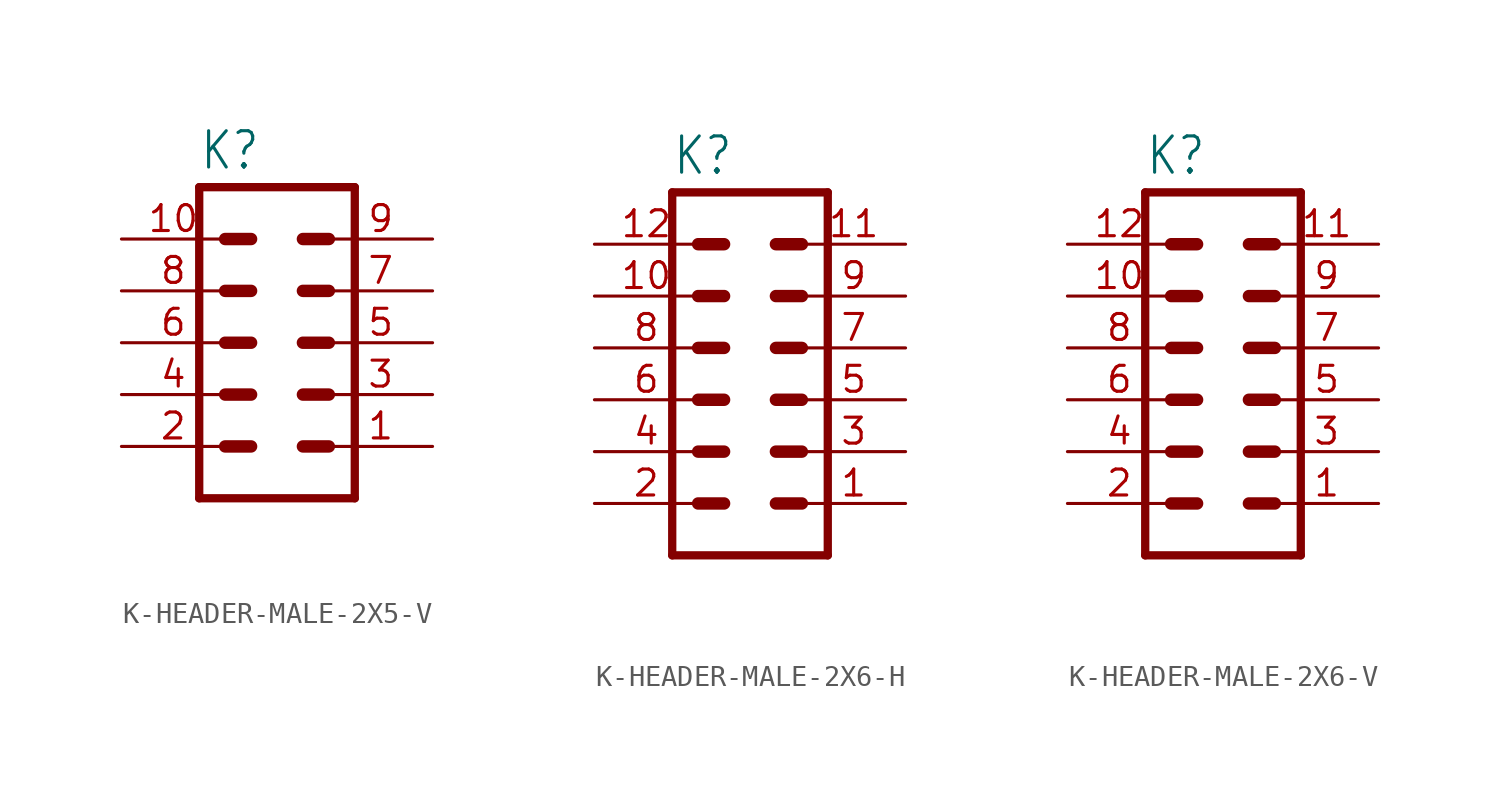
<source format=kicad_sym>
(kicad_symbol_lib
  (version 20231120)
  (generator "kicad_symbol_editor")
  (generator_version "8.0")
  (symbol "K-HEADER-MALE-2X5-V"
    (property "Reference" "K"
      (at -3.81 8.382 0)
      (effects (font (size 1.778 1.511)) (justify left bottom)))
    (property "Value" ""
      (at -3.81 -10.16 0)
      (effects (font (size 1.778 1.511)) (justify left bottom)))
    (property "ki_locked" ""
      (at 0 0 0)
      (effects (font (size 1.27 1.27))))
    (symbol "K-HEADER-MALE-2X5-V_1_0"
      (polyline (pts (xy -3.81 7.62) (xy -3.81 -7.62)) (stroke (width 0.406) (type solid)) (fill (type none)))
      (polyline (pts (xy -3.81 7.62) (xy 3.81 7.62)) (stroke (width 0.406) (type solid)) (fill (type none)))
      (polyline (pts (xy -2.54 -5.08) (xy -1.27 -5.08)) (stroke (width 0.61) (type solid)) (fill (type none)))
      (polyline (pts (xy -2.54 -2.54) (xy -1.27 -2.54)) (stroke (width 0.61) (type solid)) (fill (type none)))
      (polyline (pts (xy -2.54 0) (xy -1.27 0)) (stroke (width 0.61) (type solid)) (fill (type none)))
      (polyline (pts (xy -2.54 2.54) (xy -1.27 2.54)) (stroke (width 0.61) (type solid)) (fill (type none)))
      (polyline (pts (xy -2.54 5.08) (xy -1.27 5.08)) (stroke (width 0.61) (type solid)) (fill (type none)))
      (polyline (pts (xy 1.27 -5.08) (xy 2.54 -5.08)) (stroke (width 0.61) (type solid)) (fill (type none)))
      (polyline (pts (xy 1.27 -2.54) (xy 2.54 -2.54)) (stroke (width 0.61) (type solid)) (fill (type none)))
      (polyline (pts (xy 1.27 0) (xy 2.54 0)) (stroke (width 0.61) (type solid)) (fill (type none)))
      (polyline (pts (xy 1.27 2.54) (xy 2.54 2.54)) (stroke (width 0.61) (type solid)) (fill (type none)))
      (polyline (pts (xy 1.27 5.08) (xy 2.54 5.08)) (stroke (width 0.61) (type solid)) (fill (type none)))
      (polyline (pts (xy 3.81 -7.62) (xy -3.81 -7.62)) (stroke (width 0.406) (type solid)) (fill (type none)))
      (polyline (pts (xy 3.81 -7.62) (xy 3.81 7.62)) (stroke (width 0.406) (type solid)) (fill (type none)))
      (pin passive line (at 7.62 -5.08 180) (length 5.08) (name "1" (effects (font (size 0 0)))) (number "1" (effects (font (size 1.27 1.27)))))
      (pin passive line (at -7.62 5.08 0) (length 5.08) (name "10" (effects (font (size 0 0)))) (number "10" (effects (font (size 1.27 1.27)))))
      (pin passive line (at -7.62 -5.08 0) (length 5.08) (name "2" (effects (font (size 0 0)))) (number "2" (effects (font (size 1.27 1.27)))))
      (pin passive line (at 7.62 -2.54 180) (length 5.08) (name "3" (effects (font (size 0 0)))) (number "3" (effects (font (size 1.27 1.27)))))
      (pin passive line (at -7.62 -2.54 0) (length 5.08) (name "4" (effects (font (size 0 0)))) (number "4" (effects (font (size 1.27 1.27)))))
      (pin passive line (at 7.62 0 180) (length 5.08) (name "5" (effects (font (size 0 0)))) (number "5" (effects (font (size 1.27 1.27)))))
      (pin passive line (at -7.62 0 0) (length 5.08) (name "6" (effects (font (size 0 0)))) (number "6" (effects (font (size 1.27 1.27)))))
      (pin passive line (at 7.62 2.54 180) (length 5.08) (name "7" (effects (font (size 0 0)))) (number "7" (effects (font (size 1.27 1.27)))))
      (pin passive line (at -7.62 2.54 0) (length 5.08) (name "8" (effects (font (size 0 0)))) (number "8" (effects (font (size 1.27 1.27)))))
      (pin passive line (at 7.62 5.08 180) (length 5.08) (name "9" (effects (font (size 0 0)))) (number "9" (effects (font (size 1.27 1.27)))))))
  (symbol "K-HEADER-MALE-2X6-H"
    (property "Reference" "K"
      (at -3.81 8.382 0)
      (effects (font (size 1.778 1.511)) (justify left bottom)))
    (property "Value" ""
      (at -3.81 -12.7 0)
      (effects (font (size 1.778 1.511)) (justify left bottom)))
    (property "ki_locked" ""
      (at 0 0 0)
      (effects (font (size 1.27 1.27))))
    (symbol "K-HEADER-MALE-2X6-H_1_0"
      (polyline (pts (xy -3.81 7.62) (xy -3.81 -10.16)) (stroke (width 0.406) (type solid)) (fill (type none)))
      (polyline (pts (xy -3.81 7.62) (xy 3.81 7.62)) (stroke (width 0.406) (type solid)) (fill (type none)))
      (polyline (pts (xy -2.54 -7.62) (xy -1.27 -7.62)) (stroke (width 0.61) (type solid)) (fill (type none)))
      (polyline (pts (xy -2.54 -5.08) (xy -1.27 -5.08)) (stroke (width 0.61) (type solid)) (fill (type none)))
      (polyline (pts (xy -2.54 -2.54) (xy -1.27 -2.54)) (stroke (width 0.61) (type solid)) (fill (type none)))
      (polyline (pts (xy -2.54 0) (xy -1.27 0)) (stroke (width 0.61) (type solid)) (fill (type none)))
      (polyline (pts (xy -2.54 2.54) (xy -1.27 2.54)) (stroke (width 0.61) (type solid)) (fill (type none)))
      (polyline (pts (xy -2.54 5.08) (xy -1.27 5.08)) (stroke (width 0.61) (type solid)) (fill (type none)))
      (polyline (pts (xy 1.27 -7.62) (xy 2.54 -7.62)) (stroke (width 0.61) (type solid)) (fill (type none)))
      (polyline (pts (xy 1.27 -5.08) (xy 2.54 -5.08)) (stroke (width 0.61) (type solid)) (fill (type none)))
      (polyline (pts (xy 1.27 -2.54) (xy 2.54 -2.54)) (stroke (width 0.61) (type solid)) (fill (type none)))
      (polyline (pts (xy 1.27 0) (xy 2.54 0)) (stroke (width 0.61) (type solid)) (fill (type none)))
      (polyline (pts (xy 1.27 2.54) (xy 2.54 2.54)) (stroke (width 0.61) (type solid)) (fill (type none)))
      (polyline (pts (xy 1.27 5.08) (xy 2.54 5.08)) (stroke (width 0.61) (type solid)) (fill (type none)))
      (polyline (pts (xy 3.81 -10.16) (xy -3.81 -10.16)) (stroke (width 0.406) (type solid)) (fill (type none)))
      (polyline (pts (xy 3.81 -10.16) (xy 3.81 7.62)) (stroke (width 0.406) (type solid)) (fill (type none)))
      (pin passive line (at 7.62 -7.62 180) (length 5.08) (name "1" (effects (font (size 0 0)))) (number "1" (effects (font (size 1.27 1.27)))))
      (pin passive line (at -7.62 2.54 0) (length 5.08) (name "10" (effects (font (size 0 0)))) (number "10" (effects (font (size 1.27 1.27)))))
      (pin passive line (at 7.62 5.08 180) (length 5.08) (name "11" (effects (font (size 0 0)))) (number "11" (effects (font (size 1.27 1.27)))))
      (pin passive line (at -7.62 5.08 0) (length 5.08) (name "12" (effects (font (size 0 0)))) (number "12" (effects (font (size 1.27 1.27)))))
      (pin passive line (at -7.62 -7.62 0) (length 5.08) (name "2" (effects (font (size 0 0)))) (number "2" (effects (font (size 1.27 1.27)))))
      (pin passive line (at 7.62 -5.08 180) (length 5.08) (name "3" (effects (font (size 0 0)))) (number "3" (effects (font (size 1.27 1.27)))))
      (pin passive line (at -7.62 -5.08 0) (length 5.08) (name "4" (effects (font (size 0 0)))) (number "4" (effects (font (size 1.27 1.27)))))
      (pin passive line (at 7.62 -2.54 180) (length 5.08) (name "5" (effects (font (size 0 0)))) (number "5" (effects (font (size 1.27 1.27)))))
      (pin passive line (at -7.62 -2.54 0) (length 5.08) (name "6" (effects (font (size 0 0)))) (number "6" (effects (font (size 1.27 1.27)))))
      (pin passive line (at 7.62 0 180) (length 5.08) (name "7" (effects (font (size 0 0)))) (number "7" (effects (font (size 1.27 1.27)))))
      (pin passive line (at -7.62 0 0) (length 5.08) (name "8" (effects (font (size 0 0)))) (number "8" (effects (font (size 1.27 1.27)))))
      (pin passive line (at 7.62 2.54 180) (length 5.08) (name "9" (effects (font (size 0 0)))) (number "9" (effects (font (size 1.27 1.27)))))))
  (symbol "K-HEADER-MALE-2X6-V"
    (property "Reference" "K"
      (at -3.81 8.382 0)
      (effects (font (size 1.778 1.511)) (justify left bottom)))
    (property "Value" ""
      (at -3.81 -12.7 0)
      (effects (font (size 1.778 1.511)) (justify left bottom)))
    (property "ki_locked" ""
      (at 0 0 0)
      (effects (font (size 1.27 1.27))))
    (symbol "K-HEADER-MALE-2X6-V_1_0"
      (polyline (pts (xy -3.81 7.62) (xy -3.81 -10.16)) (stroke (width 0.406) (type solid)) (fill (type none)))
      (polyline (pts (xy -3.81 7.62) (xy 3.81 7.62)) (stroke (width 0.406) (type solid)) (fill (type none)))
      (polyline (pts (xy -2.54 -7.62) (xy -1.27 -7.62)) (stroke (width 0.61) (type solid)) (fill (type none)))
      (polyline (pts (xy -2.54 -5.08) (xy -1.27 -5.08)) (stroke (width 0.61) (type solid)) (fill (type none)))
      (polyline (pts (xy -2.54 -2.54) (xy -1.27 -2.54)) (stroke (width 0.61) (type solid)) (fill (type none)))
      (polyline (pts (xy -2.54 0) (xy -1.27 0)) (stroke (width 0.61) (type solid)) (fill (type none)))
      (polyline (pts (xy -2.54 2.54) (xy -1.27 2.54)) (stroke (width 0.61) (type solid)) (fill (type none)))
      (polyline (pts (xy -2.54 5.08) (xy -1.27 5.08)) (stroke (width 0.61) (type solid)) (fill (type none)))
      (polyline (pts (xy 1.27 -7.62) (xy 2.54 -7.62)) (stroke (width 0.61) (type solid)) (fill (type none)))
      (polyline (pts (xy 1.27 -5.08) (xy 2.54 -5.08)) (stroke (width 0.61) (type solid)) (fill (type none)))
      (polyline (pts (xy 1.27 -2.54) (xy 2.54 -2.54)) (stroke (width 0.61) (type solid)) (fill (type none)))
      (polyline (pts (xy 1.27 0) (xy 2.54 0)) (stroke (width 0.61) (type solid)) (fill (type none)))
      (polyline (pts (xy 1.27 2.54) (xy 2.54 2.54)) (stroke (width 0.61) (type solid)) (fill (type none)))
      (polyline (pts (xy 1.27 5.08) (xy 2.54 5.08)) (stroke (width 0.61) (type solid)) (fill (type none)))
      (polyline (pts (xy 3.81 -10.16) (xy -3.81 -10.16)) (stroke (width 0.406) (type solid)) (fill (type none)))
      (polyline (pts (xy 3.81 -10.16) (xy 3.81 7.62)) (stroke (width 0.406) (type solid)) (fill (type none)))
      (pin passive line (at 7.62 -7.62 180) (length 5.08) (name "1" (effects (font (size 0 0)))) (number "1" (effects (font (size 1.27 1.27)))))
      (pin passive line (at -7.62 2.54 0) (length 5.08) (name "10" (effects (font (size 0 0)))) (number "10" (effects (font (size 1.27 1.27)))))
      (pin passive line (at 7.62 5.08 180) (length 5.08) (name "11" (effects (font (size 0 0)))) (number "11" (effects (font (size 1.27 1.27)))))
      (pin passive line (at -7.62 5.08 0) (length 5.08) (name "12" (effects (font (size 0 0)))) (number "12" (effects (font (size 1.27 1.27)))))
      (pin passive line (at -7.62 -7.62 0) (length 5.08) (name "2" (effects (font (size 0 0)))) (number "2" (effects (font (size 1.27 1.27)))))
      (pin passive line (at 7.62 -5.08 180) (length 5.08) (name "3" (effects (font (size 0 0)))) (number "3" (effects (font (size 1.27 1.27)))))
      (pin passive line (at -7.62 -5.08 0) (length 5.08) (name "4" (effects (font (size 0 0)))) (number "4" (effects (font (size 1.27 1.27)))))
      (pin passive line (at 7.62 -2.54 180) (length 5.08) (name "5" (effects (font (size 0 0)))) (number "5" (effects (font (size 1.27 1.27)))))
      (pin passive line (at -7.62 -2.54 0) (length 5.08) (name "6" (effects (font (size 0 0)))) (number "6" (effects (font (size 1.27 1.27)))))
      (pin passive line (at 7.62 0 180) (length 5.08) (name "7" (effects (font (size 0 0)))) (number "7" (effects (font (size 1.27 1.27)))))
      (pin passive line (at -7.62 0 0) (length 5.08) (name "8" (effects (font (size 0 0)))) (number "8" (effects (font (size 1.27 1.27)))))
      (pin passive line (at 7.62 2.54 180) (length 5.08) (name "9" (effects (font (size 0 0)))) (number "9" (effects (font (size 1.27 1.27))))))))
</source>
